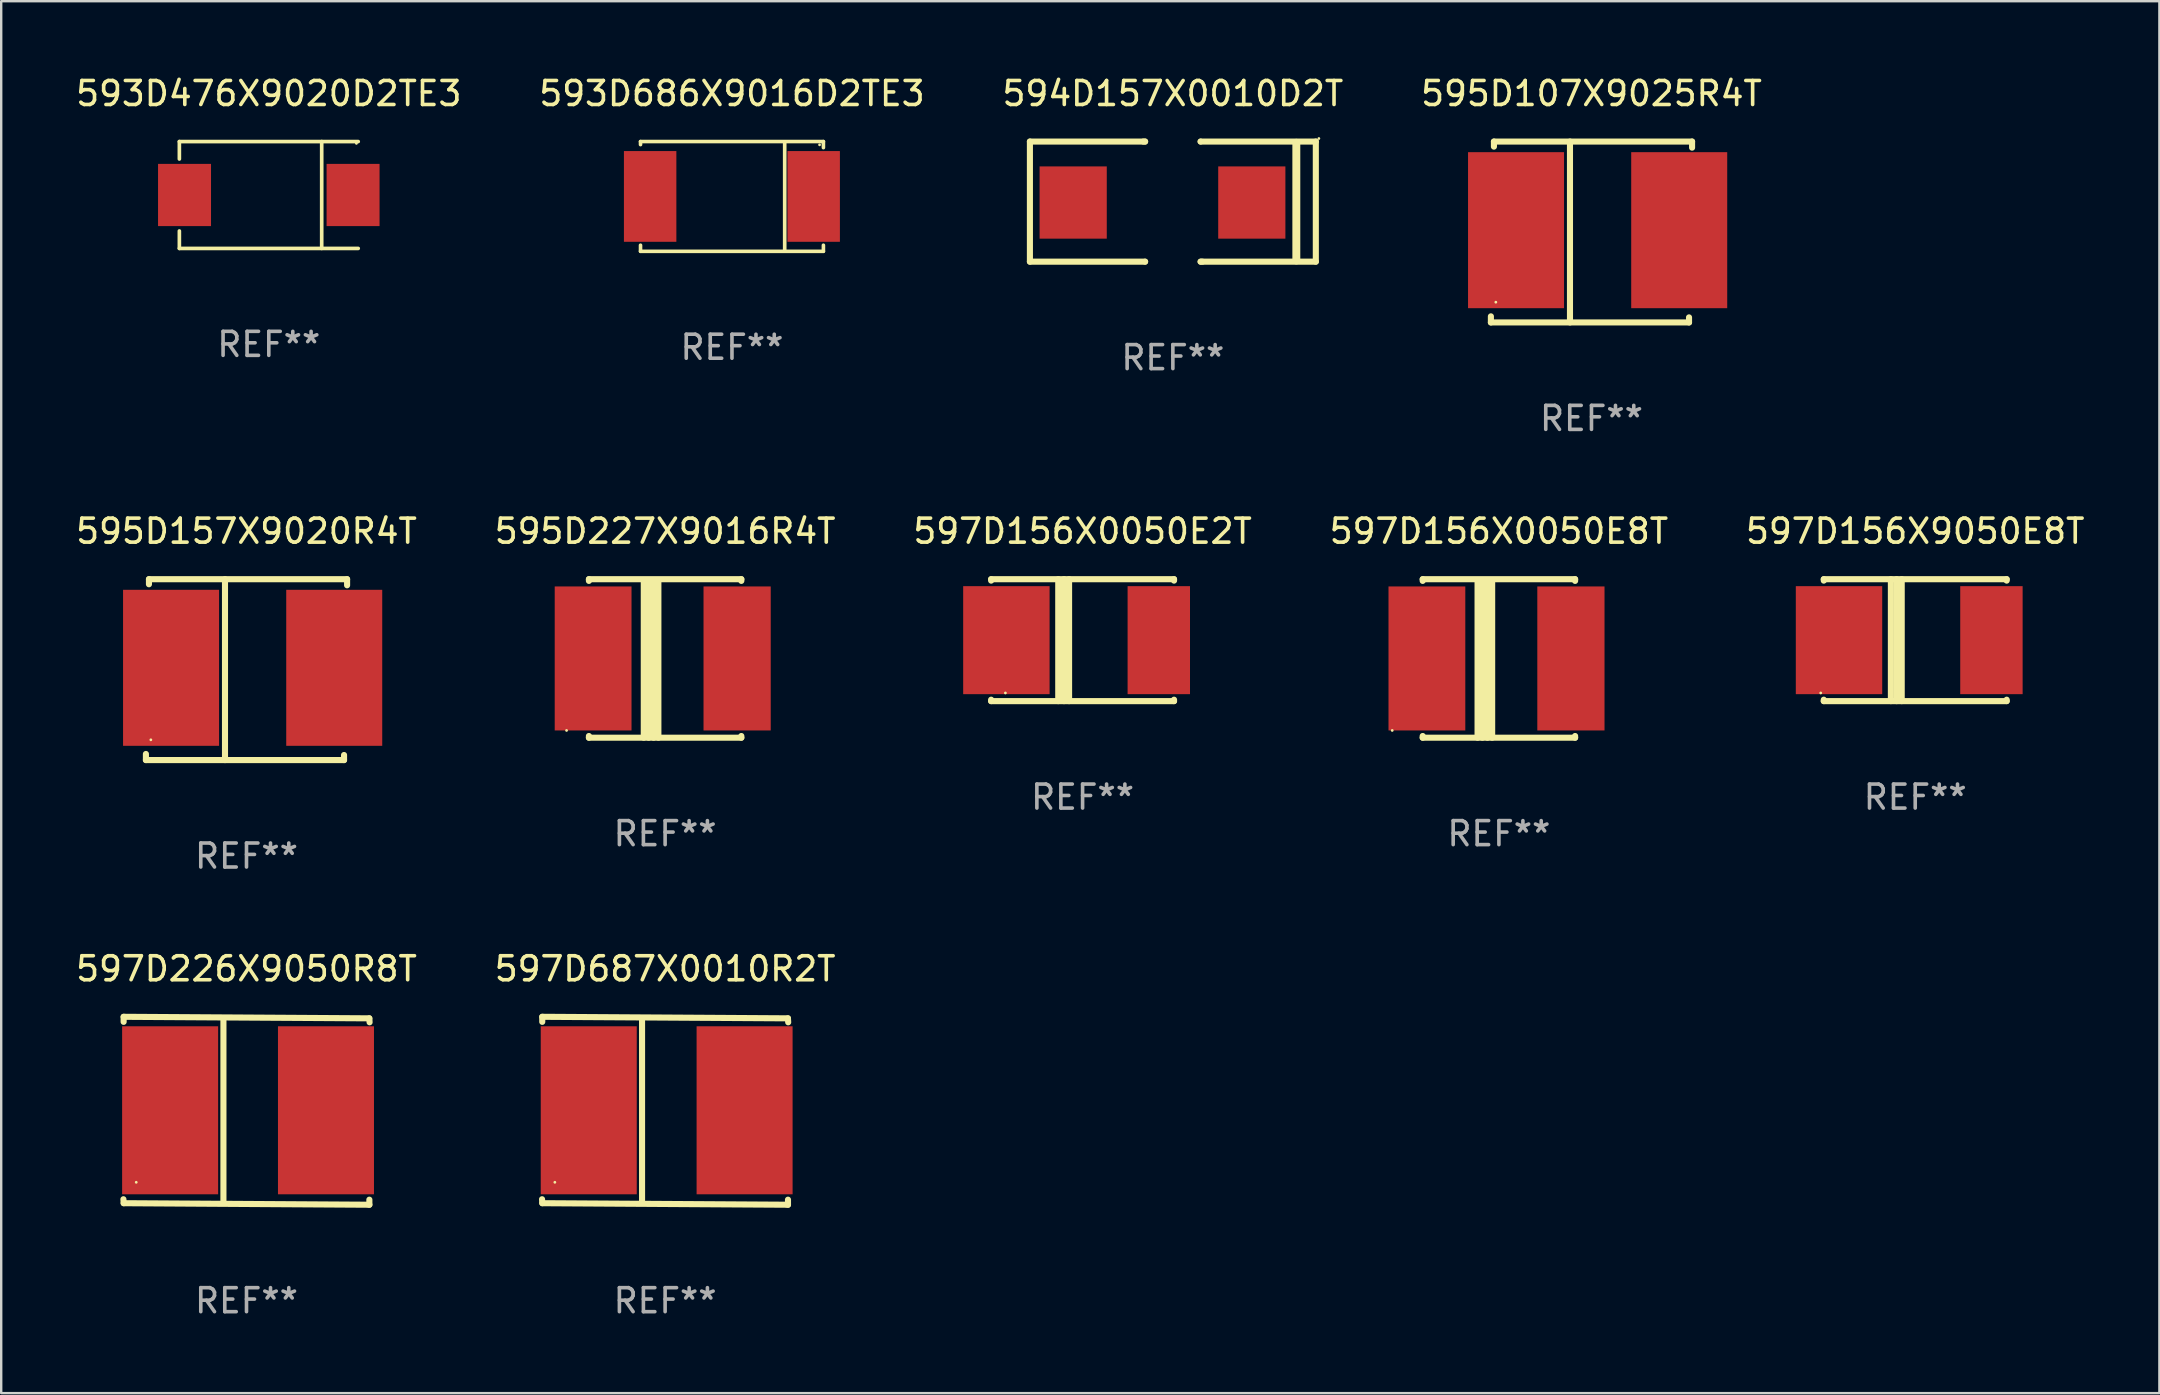
<source format=kicad_pcb>
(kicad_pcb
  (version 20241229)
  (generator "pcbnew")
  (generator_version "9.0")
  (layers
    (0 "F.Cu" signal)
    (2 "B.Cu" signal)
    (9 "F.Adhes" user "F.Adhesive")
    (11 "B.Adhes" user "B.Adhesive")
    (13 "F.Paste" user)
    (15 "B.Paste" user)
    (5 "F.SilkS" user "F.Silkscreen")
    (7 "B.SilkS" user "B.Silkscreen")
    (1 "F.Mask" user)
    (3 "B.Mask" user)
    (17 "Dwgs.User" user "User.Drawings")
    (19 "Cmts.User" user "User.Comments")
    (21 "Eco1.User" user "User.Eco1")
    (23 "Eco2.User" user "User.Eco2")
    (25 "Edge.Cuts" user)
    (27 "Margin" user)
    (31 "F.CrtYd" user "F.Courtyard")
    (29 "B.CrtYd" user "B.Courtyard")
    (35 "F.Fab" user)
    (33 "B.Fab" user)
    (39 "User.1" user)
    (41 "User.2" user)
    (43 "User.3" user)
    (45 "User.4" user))
  (footprint "595D157X9020R4T"
    (layer "F.Cu")
    (at 7.22 24.849)
    (property "Reference" "595D157X9020R4T" (at 0 -5.768 0) (layer "F.SilkS") (effects (font (size 1 1) (thickness 0.15))))
    (attr through_hole)
    (fp_line (start -4.191 3.768) (end -4.191 3.514) (stroke (width 0.254) (type solid)) (layer "F.SilkS"))
    (fp_line (start -4.064 -3.768) (end 4.191 -3.768) (stroke (width 0.254) (type solid)) (layer "F.SilkS"))
    (fp_line (start -4.064 -3.557) (end -4.064 -3.768) (stroke (width 0.254) (type solid)) (layer "F.SilkS"))
    (fp_line (start -0.896 -3.768) (end -0.896 3.768) (stroke (width 0.254) (type solid)) (layer "F.SilkS"))
    (fp_line (start 4.064 3.557) (end 4.064 3.768) (stroke (width 0.254) (type solid)) (layer "F.SilkS"))
    (fp_line (start 4.064 3.768) (end -4.191 3.768) (stroke (width 0.254) (type solid)) (layer "F.SilkS"))
    (fp_line (start 4.191 -3.768) (end 4.191 -3.514) (stroke (width 0.254) (type solid)) (layer "F.SilkS"))
    (fp_circle (center -3.985 2.924) (end -3.955 2.924) (stroke (width 0.06) (type solid)) (fill no) (layer "F.SilkS"))
    (fp_text user "REF**" (at 0 7.768 0) (layer "F.Fab") (effects (font (size 1 1) (thickness 0.15))))
    (pad "1" smd rect (at -3.143 -0.076 270) (size 6.5 4) (layers "F.Cu" "F.Mask" "F.Paste"))
    (pad "2" smd rect (at 3.655 -0.076 270) (size 6.5 4) (layers "F.Cu" "F.Mask" "F.Paste")))
  (footprint "595D227X9016R4T"
    (layer "F.Cu")
    (at 24.661 24.383)
    (property "Reference" "595D227X9016R4T" (at 0 -5.302 0) (layer "F.SilkS") (effects (font (size 1 1) (thickness 0.15))))
    (attr through_hole)
    (fp_line (start -3.175 -3.231) (end -3.175 -3.302) (stroke (width 0.254) (type solid)) (layer "F.SilkS"))
    (fp_line (start -3.175 3.302) (end -3.175 3.231) (stroke (width 0.254) (type solid)) (layer "F.SilkS"))
    (fp_line (start -3.175 3.302) (end 3.175 3.302) (stroke (width 0.254) (type solid)) (layer "F.SilkS"))
    (fp_line (start -0.889 -3.175) (end -0.889 3.302) (stroke (width 0.254) (type solid)) (layer "F.SilkS"))
    (fp_line (start -0.688 -3.175) (end -0.688 3.302) (stroke (width 0.254) (type solid)) (layer "F.SilkS"))
    (fp_line (start -0.478 -3.175) (end -0.478 3.302) (stroke (width 0.254) (type solid)) (layer "F.SilkS"))
    (fp_line (start -0.281 -3.175) (end -0.281 3.302) (stroke (width 0.254) (type solid)) (layer "F.SilkS"))
    (fp_line (start 3.175 -3.302) (end -3.175 -3.302) (stroke (width 0.254) (type solid)) (layer "F.SilkS"))
    (fp_line (start 3.175 -3.302) (end 3.175 -3.231) (stroke (width 0.254) (type solid)) (layer "F.SilkS"))
    (fp_line (start 3.175 3.231) (end 3.175 3.302) (stroke (width 0.254) (type solid)) (layer "F.SilkS"))
    (fp_circle (center -4.106 3) (end -4.076 3) (stroke (width 0.06) (type solid)) (fill no) (layer "F.SilkS"))
    (fp_text user "REF**" (at 0 7.302 0) (layer "F.Fab") (effects (font (size 1 1) (thickness 0.15))))
    (pad "1" smd rect (at -3 -0.000025) (size 3.2 6) (layers "F.Cu" "F.Mask" "F.Paste"))
    (pad "2" smd rect (at 3 -0.000025) (size 2.8 6) (layers "F.Cu" "F.Mask" "F.Paste")))
  (footprint "597D156X0050E2T"
    (layer "F.Cu")
    (at 42.054 23.621)
    (property "Reference" "597D156X0050E2T" (at 0 -4.54 0) (layer "F.SilkS") (effects (font (size 1 1) (thickness 0.15))))
    (attr through_hole)
    (fp_line (start -3.81 -2.54) (end -3.81 -2.481) (stroke (width 0.254) (type solid)) (layer "F.SilkS"))
    (fp_line (start -3.81 -2.54) (end 3.81 -2.54) (stroke (width 0.254) (type solid)) (layer "F.SilkS"))
    (fp_line (start -3.81 2.481) (end -3.81 2.54) (stroke (width 0.254) (type solid)) (layer "F.SilkS"))
    (fp_line (start -3.81 2.54) (end 3.81 2.54) (stroke (width 0.254) (type solid)) (layer "F.SilkS"))
    (fp_line (start -1.014 -2.54) (end -1.014 2.54) (stroke (width 0.254) (type solid)) (layer "F.SilkS"))
    (fp_line (start -0.774 -2.54) (end -0.774 2.54) (stroke (width 0.254) (type solid)) (layer "F.SilkS"))
    (fp_line (start -0.563 -2.54) (end -0.563 2.54) (stroke (width 0.254) (type solid)) (layer "F.SilkS"))
    (fp_line (start 3.81 -2.481) (end 3.81 -2.54) (stroke (width 0.254) (type solid)) (layer "F.SilkS"))
    (fp_line (start 3.81 2.54) (end 3.81 2.481) (stroke (width 0.254) (type solid)) (layer "F.SilkS"))
    (fp_circle (center -3.216 2.2) (end -3.186 2.2) (stroke (width 0.06) (type solid)) (fill no) (layer "F.SilkS"))
    (fp_text user "REF**" (at 0 6.54 0) (layer "F.Fab") (effects (font (size 1 1) (thickness 0.15))))
    (pad "1" smd rect (at -3.175 0) (size 3.6 4.5) (layers "F.Cu" "F.Mask" "F.Paste"))
    (pad "2" smd rect (at 3.175 0) (size 2.6 4.5) (layers "F.Cu" "F.Mask" "F.Paste")))
  (footprint "597D156X9050E8T"
    (layer "F.Cu")
    (at 76.744 23.621)
    (property "Reference" "597D156X9050E8T" (at 0 -4.54 0) (layer "F.SilkS") (effects (font (size 1 1) (thickness 0.15))))
    (attr through_hole)
    (fp_line (start -3.81 -2.54) (end -3.81 -2.481) (stroke (width 0.254) (type solid)) (layer "F.SilkS"))
    (fp_line (start -3.81 -2.54) (end 3.81 -2.54) (stroke (width 0.254) (type solid)) (layer "F.SilkS"))
    (fp_line (start -3.81 2.481) (end -3.81 2.54) (stroke (width 0.254) (type solid)) (layer "F.SilkS"))
    (fp_line (start -3.81 2.54) (end 3.81 2.54) (stroke (width 0.254) (type solid)) (layer "F.SilkS"))
    (fp_line (start -1.014 -2.54) (end -1.014 2.54) (stroke (width 0.254) (type solid)) (layer "F.SilkS"))
    (fp_line (start -0.774 -2.54) (end -0.774 2.54) (stroke (width 0.254) (type solid)) (layer "F.SilkS"))
    (fp_line (start -0.563 -2.54) (end -0.563 2.54) (stroke (width 0.254) (type solid)) (layer "F.SilkS"))
    (fp_line (start 3.81 -2.481) (end 3.81 -2.54) (stroke (width 0.254) (type solid)) (layer "F.SilkS"))
    (fp_line (start 3.81 2.54) (end 3.81 2.481) (stroke (width 0.254) (type solid)) (layer "F.SilkS"))
    (fp_circle (center -3.937 2.2) (end -3.907 2.2) (stroke (width 0.06) (type solid)) (fill no) (layer "F.SilkS"))
    (fp_text user "REF**" (at 0 6.54 0) (layer "F.Fab") (effects (font (size 1 1) (thickness 0.15))))
    (pad "1" smd rect (at -3.175 0) (size 3.6 4.5) (layers "F.Cu" "F.Mask" "F.Paste"))
    (pad "2" smd rect (at 3.175 0) (size 2.6 4.5) (layers "F.Cu" "F.Mask" "F.Paste")))
  (footprint "597D687X0010R2T"
    (layer "F.Cu")
    (at 24.661 43.228)
    (property "Reference" "597D687X0010R2T" (at 0 -5.915 0) (layer "F.SilkS") (effects (font (size 1 1) (thickness 0.15))))
    (attr through_hole)
    (fp_line (start -5.119 -3.915) (end 5.117 -3.851) (stroke (width 0.254) (type solid)) (layer "F.SilkS"))
    (fp_line (start -5.119 -3.704) (end -5.119 -3.915) (stroke (width 0.254) (type solid)) (layer "F.SilkS"))
    (fp_line (start -5.117 3.851) (end -5.128 3.686) (stroke (width 0.254) (type solid)) (layer "F.SilkS"))
    (fp_line (start -0.961 -3.801) (end -0.961 3.824) (stroke (width 0.254) (type solid)) (layer "F.SilkS"))
    (fp_line (start 5.117 -3.851) (end 5.128 -3.686) (stroke (width 0.254) (type solid)) (layer "F.SilkS"))
    (fp_line (start 5.119 3.704) (end 5.119 3.915) (stroke (width 0.254) (type solid)) (layer "F.SilkS"))
    (fp_line (start 5.119 3.915) (end -5.117 3.851) (stroke (width 0.254) (type solid)) (layer "F.SilkS"))
    (fp_circle (center -4.594 2.98) (end -4.564 2.98) (stroke (width 0.06) (type solid)) (fill no) (layer "F.SilkS"))
    (fp_text user "REF**" (at 0 7.915 0) (layer "F.Fab") (effects (font (size 1 1) (thickness 0.15))))
    (pad "1" smd rect (at -3.182 -0.02) (size 4 7) (layers "F.Cu" "F.Mask" "F.Paste"))
    (pad "2" smd rect (at 3.311 -0.02) (size 4 7) (layers "F.Cu" "F.Mask" "F.Paste")))
  (footprint "597D156X0050E8T"
    (layer "F.Cu")
    (at 59.399 24.383)
    (property "Reference" "597D156X0050E8T" (at 0 -5.302 0) (layer "F.SilkS") (effects (font (size 1 1) (thickness 0.15))))
    (attr through_hole)
    (fp_line (start -3.175 -3.231) (end -3.175 -3.302) (stroke (width 0.254) (type solid)) (layer "F.SilkS"))
    (fp_line (start -3.175 3.302) (end -3.175 3.231) (stroke (width 0.254) (type solid)) (layer "F.SilkS"))
    (fp_line (start -3.175 3.302) (end 3.175 3.302) (stroke (width 0.254) (type solid)) (layer "F.SilkS"))
    (fp_line (start -0.889 -3.175) (end -0.889 3.302) (stroke (width 0.254) (type solid)) (layer "F.SilkS"))
    (fp_line (start -0.688 -3.175) (end -0.688 3.302) (stroke (width 0.254) (type solid)) (layer "F.SilkS"))
    (fp_line (start -0.478 -3.175) (end -0.478 3.302) (stroke (width 0.254) (type solid)) (layer "F.SilkS"))
    (fp_line (start -0.281 -3.175) (end -0.281 3.302) (stroke (width 0.254) (type solid)) (layer "F.SilkS"))
    (fp_line (start 3.175 -3.302) (end -3.175 -3.302) (stroke (width 0.254) (type solid)) (layer "F.SilkS"))
    (fp_line (start 3.175 -3.302) (end 3.175 -3.231) (stroke (width 0.254) (type solid)) (layer "F.SilkS"))
    (fp_line (start 3.175 3.231) (end 3.175 3.302) (stroke (width 0.254) (type solid)) (layer "F.SilkS"))
    (fp_circle (center -4.445 3) (end -4.415 3) (stroke (width 0.06) (type solid)) (fill no) (layer "F.SilkS"))
    (fp_text user "REF**" (at 0 7.302 0) (layer "F.Fab") (effects (font (size 1 1) (thickness 0.15))))
    (pad "1" smd rect (at -3 0) (size 3.2 6) (layers "F.Cu" "F.Mask" "F.Paste"))
    (pad "2" smd rect (at 3 0) (size 2.8 6) (layers "F.Cu" "F.Mask" "F.Paste")))
  (footprint "597D226X9050R8T"
    (layer "F.Cu")
    (at 7.22 43.228)
    (property "Reference" "597D226X9050R8T" (at 0 -5.915 0) (layer "F.SilkS") (effects (font (size 1 1) (thickness 0.15))))
    (attr through_hole)
    (fp_line (start -5.119 -3.915) (end 5.117 -3.851) (stroke (width 0.254) (type solid)) (layer "F.SilkS"))
    (fp_line (start -5.119 -3.704) (end -5.119 -3.915) (stroke (width 0.254) (type solid)) (layer "F.SilkS"))
    (fp_line (start -5.117 3.851) (end -5.128 3.686) (stroke (width 0.254) (type solid)) (layer "F.SilkS"))
    (fp_line (start -0.961 -3.801) (end -0.961 3.824) (stroke (width 0.254) (type solid)) (layer "F.SilkS"))
    (fp_line (start 5.117 -3.851) (end 5.128 -3.686) (stroke (width 0.254) (type solid)) (layer "F.SilkS"))
    (fp_line (start 5.119 3.704) (end 5.119 3.915) (stroke (width 0.254) (type solid)) (layer "F.SilkS"))
    (fp_line (start 5.119 3.915) (end -5.117 3.851) (stroke (width 0.254) (type solid)) (layer "F.SilkS"))
    (fp_circle (center -4.594 2.98) (end -4.564 2.98) (stroke (width 0.06) (type solid)) (fill no) (layer "F.SilkS"))
    (fp_text user "REF**" (at 0 7.915 0) (layer "F.Fab") (effects (font (size 1 1) (thickness 0.15))))
    (pad "1" smd rect (at -3.182 -0.02) (size 4 7) (layers "F.Cu" "F.Mask" "F.Paste"))
    (pad "2" smd rect (at 3.311 -0.02) (size 4 7) (layers "F.Cu" "F.Mask" "F.Paste")))
  (footprint "595D107X9025R4T"
    (layer "F.Cu")
    (at 63.256 6.616)
    (property "Reference" "595D107X9025R4T" (at 0 -5.768 0) (layer "F.SilkS") (effects (font (size 1 1) (thickness 0.15))))
    (attr through_hole)
    (fp_line (start -4.191 3.768) (end -4.191 3.514) (stroke (width 0.254) (type solid)) (layer "F.SilkS"))
    (fp_line (start -4.064 -3.768) (end 4.191 -3.768) (stroke (width 0.254) (type solid)) (layer "F.SilkS"))
    (fp_line (start -4.064 -3.557) (end -4.064 -3.768) (stroke (width 0.254) (type solid)) (layer "F.SilkS"))
    (fp_line (start -0.896 -3.768) (end -0.896 3.768) (stroke (width 0.254) (type solid)) (layer "F.SilkS"))
    (fp_line (start 4.064 3.557) (end 4.064 3.768) (stroke (width 0.254) (type solid)) (layer "F.SilkS"))
    (fp_line (start 4.064 3.768) (end -4.191 3.768) (stroke (width 0.254) (type solid)) (layer "F.SilkS"))
    (fp_line (start 4.191 -3.768) (end 4.191 -3.514) (stroke (width 0.254) (type solid)) (layer "F.SilkS"))
    (fp_circle (center -3.985 2.924) (end -3.955 2.924) (stroke (width 0.06) (type solid)) (fill no) (layer "F.SilkS"))
    (fp_text user "REF**" (at 0 7.768 0) (layer "F.Fab") (effects (font (size 1 1) (thickness 0.15))))
    (pad "1" smd rect (at -3.143 -0.076 270) (size 6.5 4) (layers "F.Cu" "F.Mask" "F.Paste"))
    (pad "2" smd rect (at 3.655 -0.076 270) (size 6.5 4) (layers "F.Cu" "F.Mask" "F.Paste")))
  (footprint "594D157X0010D2T"
    (layer "F.Cu")
    (at 45.815 5.35)
    (property "Reference" "594D157X0010D2T" (at 0 -4.502 0) (layer "F.SilkS") (effects (font (size 1 1) (thickness 0.15))))
    (attr through_hole)
    (fp_line (start -5.956 -2.502) (end -1.156 -2.502) (stroke (width 0.254) (type solid)) (layer "F.SilkS"))
    (fp_line (start -5.956 2.502) (end -5.956 -2.502) (stroke (width 0.254) (type solid)) (layer "F.SilkS"))
    (fp_line (start -1.156 -2.502) (end -1.232 -2.502) (stroke (width 0.254) (type solid)) (layer "F.SilkS"))
    (fp_line (start -1.156 2.502) (end -5.956 2.502) (stroke (width 0.254) (type solid)) (layer "F.SilkS"))
    (fp_line (start -1.156 2.502) (end -1.156 2.502) (stroke (width 0.254) (type solid)) (layer "F.SilkS"))
    (fp_line (start 1.156 -2.502) (end 1.156 -2.502) (stroke (width 0.254) (type solid)) (layer "F.SilkS"))
    (fp_line (start 1.156 -2.502) (end 5.956 -2.502) (stroke (width 0.254) (type solid)) (layer "F.SilkS"))
    (fp_line (start 1.156 2.502) (end 1.232 2.502) (stroke (width 0.254) (type solid)) (layer "F.SilkS"))
    (fp_line (start 5.144 2.451) (end 5.144 -2.451) (stroke (width 0.33) (type solid)) (layer "F.SilkS"))
    (fp_line (start 5.956 -2.502) (end 5.956 2.502) (stroke (width 0.254) (type solid)) (layer "F.SilkS"))
    (fp_line (start 5.956 2.502) (end 1.156 2.502) (stroke (width 0.254) (type solid)) (layer "F.SilkS"))
    (fp_circle (center 6.083 -2.629) (end 6.113 -2.629) (stroke (width 0.06) (type solid)) (fill no) (layer "F.SilkS"))
    (fp_text user "REF**" (at 0 6.502 0) (layer "F.Fab") (effects (font (size 1 1) (thickness 0.15))))
    (pad "1" smd rect (at 3.289 0.038 180) (size 2.799 3.01) (layers "F.Cu" "F.Mask" "F.Paste"))
    (pad "2" smd rect (at -4.153 0.038 180) (size 2.799 3.01) (layers "F.Cu" "F.Mask" "F.Paste")))
  (footprint "593D476X9020D2TE3"
    (layer "F.Cu")
    (at 8.149 5.074)
    (property "Reference" "593D476X9020D2TE3" (at 0 -4.226 0) (layer "F.SilkS") (effects (font (size 1 1) (thickness 0.15))))
    (attr through_hole)
    (fp_line (start -3.726 -2.226) (end -3.726 -1.499) (stroke (width 0.152) (type solid)) (layer "F.SilkS"))
    (fp_line (start -3.726 -2.226) (end 3.726 -2.226) (stroke (width 0.152) (type solid)) (layer "F.SilkS"))
    (fp_line (start -3.726 2.226) (end -3.726 1.499) (stroke (width 0.152) (type solid)) (layer "F.SilkS"))
    (fp_line (start -3.726 2.226) (end 3.726 2.226) (stroke (width 0.152) (type solid)) (layer "F.SilkS"))
    (fp_line (start 2.204 -2.226) (end 2.204 2.226) (stroke (width 0.152) (type solid)) (layer "F.SilkS"))
    (fp_circle (center 3.65 -2.15) (end 3.68 -2.15) (stroke (width 0.06) (type solid)) (fill no) (layer "F.SilkS"))
    (fp_text user "REF**" (at 0 6.226 0) (layer "F.Fab") (effects (font (size 1 1) (thickness 0.15))))
    (pad "1" smd rect (at 3.511 0) (size 2.207 2.592) (layers "F.Cu" "F.Mask" "F.Paste"))
    (pad "2" smd rect (at -3.511 0) (size 2.207 2.592) (layers "F.Cu" "F.Mask" "F.Paste")))
  (footprint "593D686X9016D2TE3"
    (layer "F.Cu")
    (at 27.446 5.134)
    (property "Reference" "593D686X9016D2TE3" (at 0 -4.286 0) (layer "F.SilkS") (effects (font (size 1 1) (thickness 0.15))))
    (attr through_hole)
    (fp_line (start -3.81 -2.286) (end -3.81 -2.159) (stroke (width 0.15) (type solid)) (layer "F.SilkS"))
    (fp_line (start -3.81 2.032) (end -3.81 2.286) (stroke (width 0.15) (type solid)) (layer "F.SilkS"))
    (fp_line (start -3.81 2.286) (end 3.81 2.286) (stroke (width 0.15) (type solid)) (layer "F.SilkS"))
    (fp_line (start 2.197 -2.226) (end 2.197 2.226) (stroke (width 0.152) (type solid)) (layer "F.SilkS"))
    (fp_line (start 3.81 -2.286) (end -3.81 -2.286) (stroke (width 0.15) (type solid)) (layer "F.SilkS"))
    (fp_line (start 3.81 -2.032) (end 3.81 -2.286) (stroke (width 0.15) (type solid)) (layer "F.SilkS"))
    (fp_line (start 3.81 2.286) (end 3.81 2.032) (stroke (width 0.15) (type solid)) (layer "F.SilkS"))
    (fp_circle (center 3.65 -2.15) (end 3.68 -2.15) (stroke (width 0.06) (type solid)) (fill no) (layer "F.SilkS"))
    (fp_text user "REF**" (at 0 6.286 0) (layer "F.Fab") (effects (font (size 1 1) (thickness 0.15))))
    (pad "1" smd rect (at 3.404 0 180) (size 2.185 3.78) (layers "F.Cu" "F.Mask" "F.Paste"))
    (pad "2" smd rect (at -3.409 0 180) (size 2.185 3.78) (layers "F.Cu" "F.Mask" "F.Paste")))
  (gr_rect
    (start -3 -3)
    (end 86.917 54.991)
    (stroke (width 0.1) (type default))
    (fill no)
    (layer "Edge.Cuts")))
</source>
